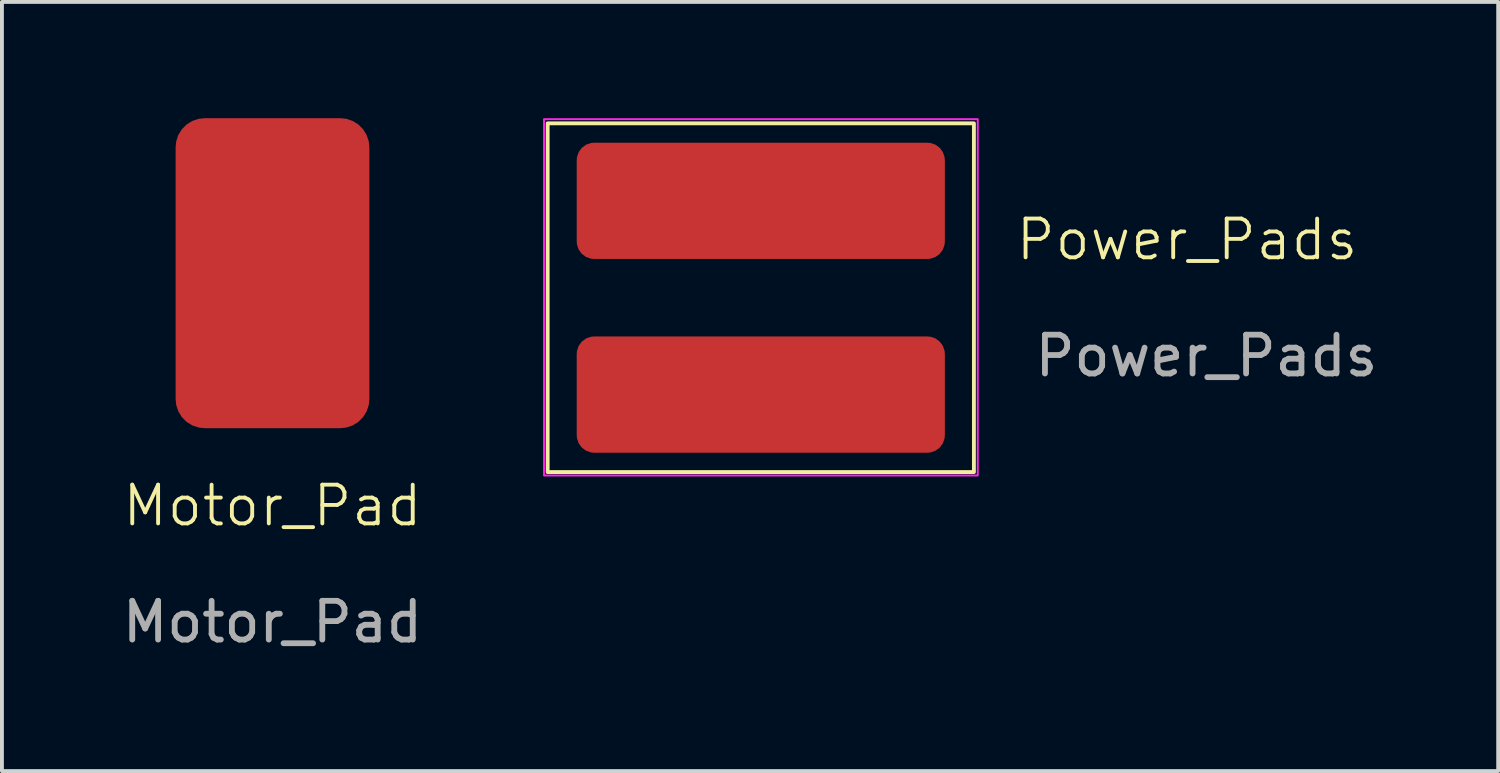
<source format=kicad_pcb>
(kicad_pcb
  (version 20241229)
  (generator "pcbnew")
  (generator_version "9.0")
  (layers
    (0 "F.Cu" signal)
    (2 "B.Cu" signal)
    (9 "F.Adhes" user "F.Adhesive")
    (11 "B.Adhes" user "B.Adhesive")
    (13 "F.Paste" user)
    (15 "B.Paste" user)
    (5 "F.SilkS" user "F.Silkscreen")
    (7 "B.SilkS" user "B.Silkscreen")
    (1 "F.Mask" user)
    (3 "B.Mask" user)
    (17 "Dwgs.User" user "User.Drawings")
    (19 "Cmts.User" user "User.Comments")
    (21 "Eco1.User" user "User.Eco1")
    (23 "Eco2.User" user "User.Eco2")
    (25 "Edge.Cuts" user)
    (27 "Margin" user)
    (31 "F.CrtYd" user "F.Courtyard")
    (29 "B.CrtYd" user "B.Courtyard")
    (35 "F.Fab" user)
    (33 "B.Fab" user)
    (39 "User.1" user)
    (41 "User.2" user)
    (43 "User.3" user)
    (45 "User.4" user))
  (footprint "Motor_Pad"
    (layer "F.Cu")
    (at 3.982 10.5)
    (property "Reference" "Motor_Pad" (at 0 -0.5 0) (unlocked yes) (layer "F.SilkS") (effects (font (size 1 1) (thickness 0.1))))
    (attr smd)
    (fp_text user "${REFERENCE}" (at 0 2.5 0) (unlocked yes) (layer "F.Fab") (effects (font (size 1 1) (thickness 0.15))))
    (pad "1" smd roundrect (at 0 -6.5) (size 5 8) (layers "F.Cu" "F.Mask" "F.Paste") (roundrect_rratio 0.15)))
  (footprint "Power_Pads"
    (layer "F.Cu")
    (at 16.583 5.633)
    (property "Reference" "Power_Pads" (at 11 -2.5 0) (unlocked yes) (layer "F.SilkS") (effects (font (size 1 1) (thickness 0.1))))
    (attr smd)
    (fp_rect (start -5.5 -5.5) (end 5.5 3.5) (stroke (width 0.1) (type default)) (fill no) (layer "F.SilkS"))
    (fp_rect (start -5.594 -5.608) (end 5.599 3.587) (stroke (width 0.05) (type default)) (fill no) (layer "F.CrtYd"))
    (fp_text user "${REFERENCE}" (at 11.5 0.5 0) (unlocked yes) (layer "F.Fab") (effects (font (size 1 1) (thickness 0.15))))
    (pad "1" smd roundrect (at 0 -3.5) (size 9.5 3) (layers "F.Cu" "F.Mask" "F.Paste") (roundrect_rratio 0.15))
    (pad "2" smd roundrect (at 0 1.5) (size 9.5 3) (layers "F.Cu" "F.Mask" "F.Paste") (roundrect_rratio 0.15)))
  (gr_rect
    (start -3 -3)
    (end 35.613 16.848)
    (stroke (width 0.1) (type default))
    (fill no)
    (layer "Edge.Cuts")))
</source>
